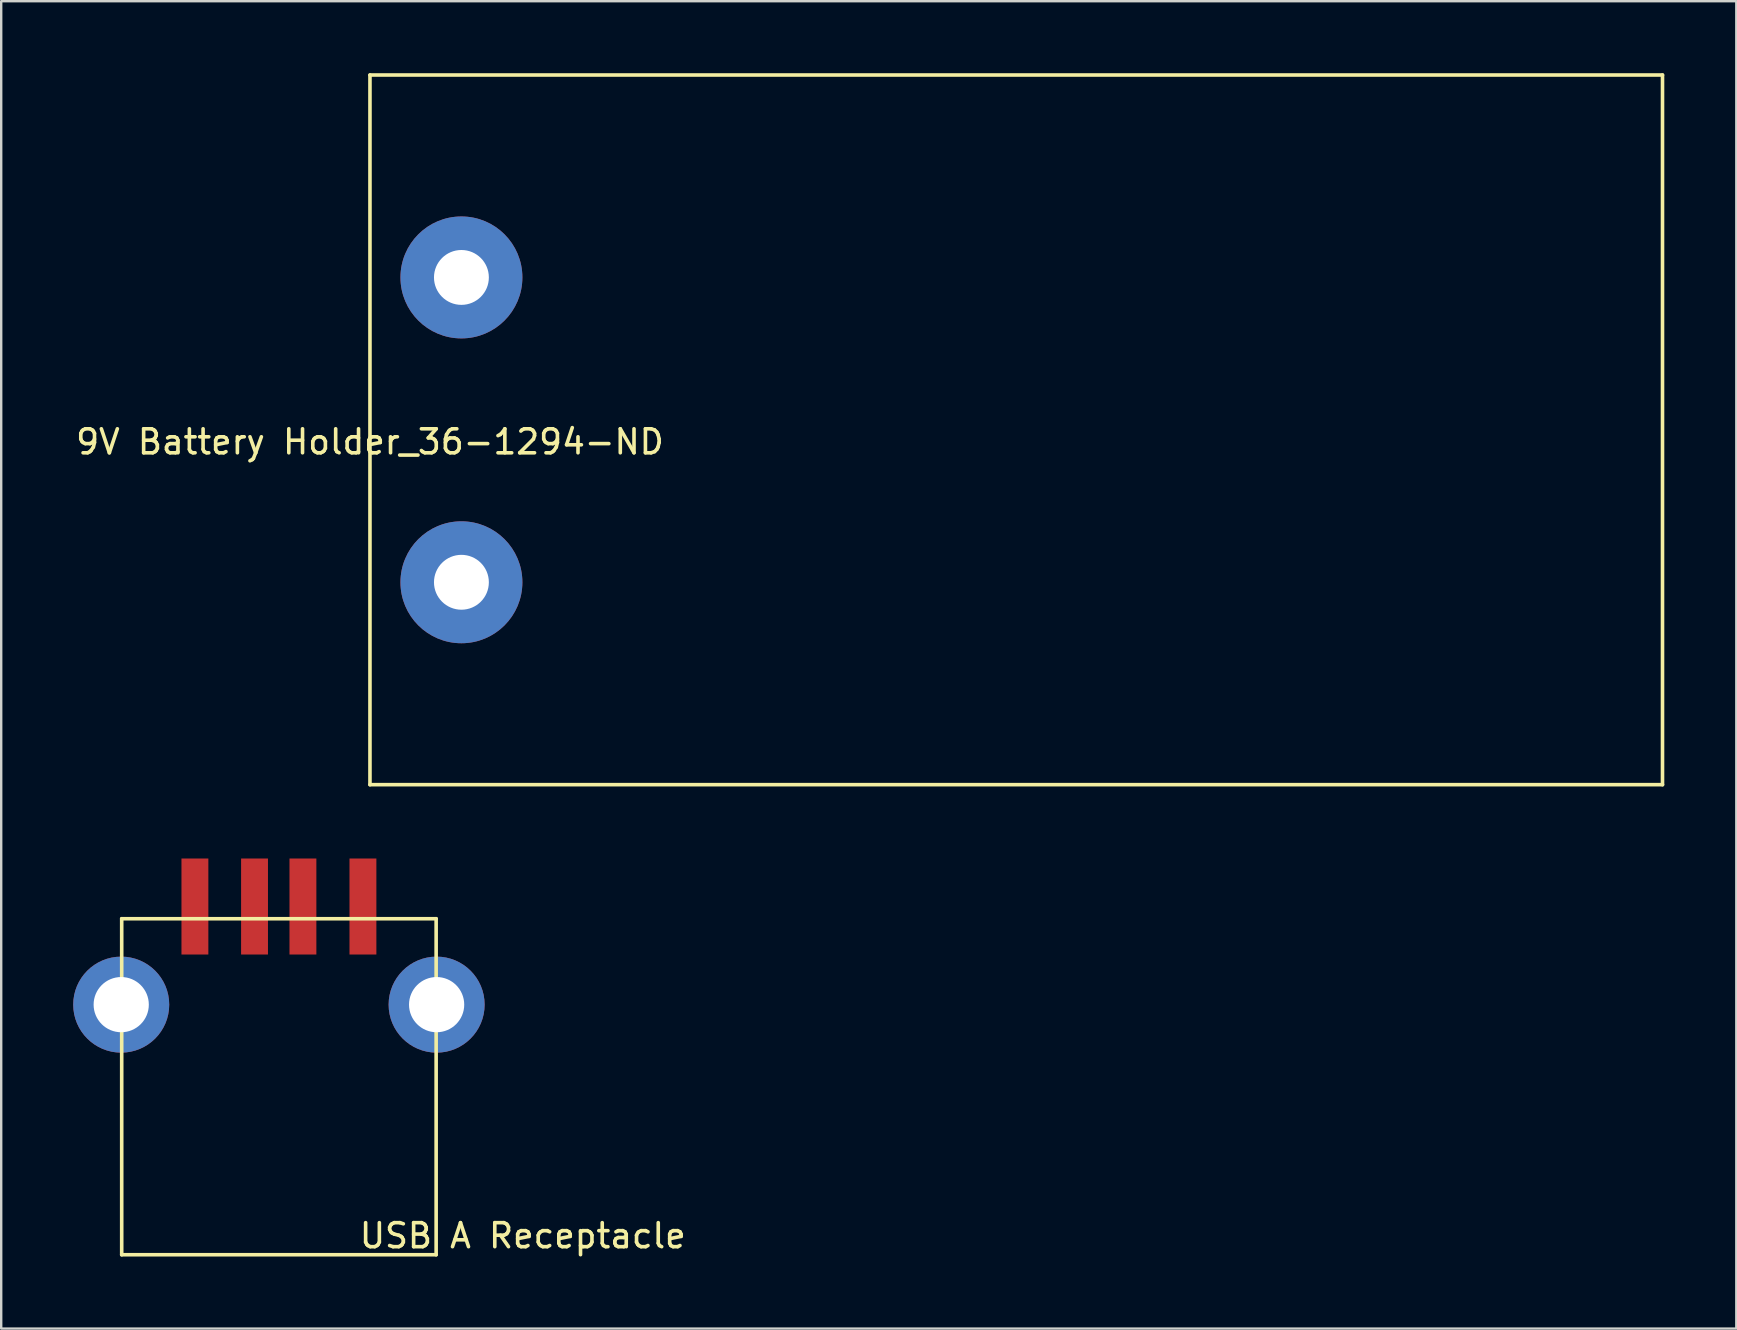
<source format=kicad_pcb>
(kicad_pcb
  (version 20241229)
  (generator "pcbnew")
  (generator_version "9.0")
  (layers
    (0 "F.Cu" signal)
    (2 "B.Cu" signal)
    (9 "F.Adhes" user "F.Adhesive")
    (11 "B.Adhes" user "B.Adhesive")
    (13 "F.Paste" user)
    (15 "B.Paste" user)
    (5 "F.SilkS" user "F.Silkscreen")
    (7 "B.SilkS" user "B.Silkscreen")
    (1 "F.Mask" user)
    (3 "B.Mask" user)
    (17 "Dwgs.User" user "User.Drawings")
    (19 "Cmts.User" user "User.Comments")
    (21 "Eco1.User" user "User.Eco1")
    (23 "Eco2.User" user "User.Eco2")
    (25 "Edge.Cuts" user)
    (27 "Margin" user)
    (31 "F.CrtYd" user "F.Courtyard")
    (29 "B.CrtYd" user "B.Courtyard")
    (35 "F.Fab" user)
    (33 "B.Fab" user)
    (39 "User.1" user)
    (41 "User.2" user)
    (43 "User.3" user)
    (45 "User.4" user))
  (footprint "USB A Receptacle"
    (layer "F.Cu")
    (at 8.57 35.224)
    (property "Reference" "USB A Receptacle" (at 10.16 13.208 180) (layer "F.SilkS") (effects (font (size 1 1) (thickness 0.15))))
    (attr through_hole)
    (fp_line (start -6.55 0) (end -6.55 14) (stroke (width 0.15) (type solid)) (layer "F.SilkS"))
    (fp_line (start 6.55 0) (end -6.55 0) (stroke (width 0.15) (type solid)) (layer "F.SilkS"))
    (fp_line (start 6.55 0) (end 6.55 14) (stroke (width 0.15) (type solid)) (layer "F.SilkS"))
    (fp_line (start 6.55 14) (end -6.55 14) (stroke (width 0.15) (type solid)) (layer "F.SilkS"))
    (pad "1" smd rect (at -3.5 -0.508) (size 1.12 4) (layers "F.Cu" "F.Mask" "F.Paste"))
    (pad "2" smd rect (at -1.016 -0.508) (size 1.12 4) (layers "F.Cu" "F.Mask" "F.Paste"))
    (pad "3" smd rect (at 1 -0.508) (size 1.12 4) (layers "F.Cu" "F.Mask" "F.Paste"))
    (pad "4" smd rect (at 3.5 -0.508) (size 1.12 4) (layers "F.Cu" "F.Mask" "F.Paste"))
    (pad "5" thru_hole circle (at -6.57 3.58) (size 4 4) (drill 2.3) (layers "*.Cu" "*.Mask"))
    (pad "5" thru_hole circle (at 6.57 3.58) (size 4 4) (drill 2.3) (layers "*.Cu" "*.Mask")))
  (footprint "9V Battery Holder_36-1294-ND"
    (layer "F.Cu")
    (at 16.173 14.858)
    (property "Reference" "9V Battery Holder_36-1294-ND" (at -3.81 0.5 0) (layer "F.SilkS") (effects (font (size 1 1) (thickness 0.15))))
    (attr through_hole)
    (fp_line (start -3.81 -14.783) (end -3.81 14.783) (stroke (width 0.15) (type solid)) (layer "F.SilkS"))
    (fp_line (start -3.81 -14.783) (end 50.038 -14.783) (stroke (width 0.15) (type solid)) (layer "F.SilkS"))
    (fp_line (start -3.81 14.783) (end 50.038 14.783) (stroke (width 0.15) (type solid)) (layer "F.SilkS"))
    (fp_line (start 50.038 -14.783) (end 50.038 14.783) (stroke (width 0.15) (type solid)) (layer "F.SilkS"))
    (pad "1" thru_hole circle (at 0 -6.35) (size 5.08 5.08) (drill 2.286) (layers "*.Cu" "*.Mask" "B.Adhes"))
    (pad "2" thru_hole circle (at 0 6.35) (size 5.08 5.08) (drill 2.286) (layers "*.Cu" "*.Mask" "B.Adhes")))
  (gr_rect
    (start -3 -3)
    (end 69.286 52.299)
    (stroke (width 0.1) (type default))
    (fill no)
    (layer "Edge.Cuts")))
</source>
